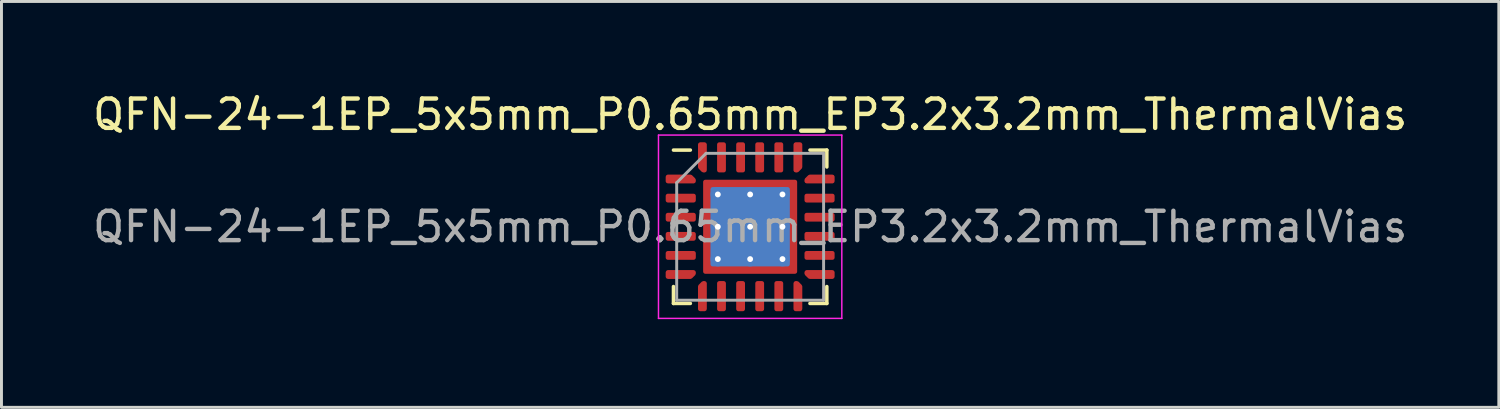
<source format=kicad_pcb>
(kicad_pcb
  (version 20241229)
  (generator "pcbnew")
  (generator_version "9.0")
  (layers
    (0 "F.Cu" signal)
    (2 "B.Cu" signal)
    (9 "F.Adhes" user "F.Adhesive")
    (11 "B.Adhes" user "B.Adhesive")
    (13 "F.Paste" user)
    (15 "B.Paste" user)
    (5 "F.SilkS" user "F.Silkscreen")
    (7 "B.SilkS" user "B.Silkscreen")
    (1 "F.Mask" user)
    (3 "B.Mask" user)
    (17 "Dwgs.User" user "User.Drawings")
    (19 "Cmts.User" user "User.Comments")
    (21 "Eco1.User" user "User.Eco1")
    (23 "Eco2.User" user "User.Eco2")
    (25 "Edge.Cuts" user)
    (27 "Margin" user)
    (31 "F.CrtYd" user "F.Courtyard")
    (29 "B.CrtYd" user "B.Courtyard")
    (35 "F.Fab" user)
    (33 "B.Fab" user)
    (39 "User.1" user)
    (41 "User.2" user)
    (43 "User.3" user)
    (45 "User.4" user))
  (footprint "QFN-24-1EP_5x5mm_P0.65mm_EP3.2x3.2mm_ThermalVias"
    (layer "F.Cu")
    (at 22.482 4.668)
    (property "Reference" "QFN-24-1EP_5x5mm_P0.65mm_EP3.2x3.2mm_ThermalVias" (at 0 -3.82 0) (layer "F.SilkS") (effects (font (size 1 1) (thickness 0.15))))
    (attr smd)
    (fp_line (start -2.61 2.61) (end -2.61 2.035) (stroke (width 0.12) (type solid)) (layer "F.SilkS"))
    (fp_line (start -2.035 -2.61) (end -2.61 -2.61) (stroke (width 0.12) (type solid)) (layer "F.SilkS"))
    (fp_line (start -2.035 2.61) (end -2.61 2.61) (stroke (width 0.12) (type solid)) (layer "F.SilkS"))
    (fp_line (start 2.035 -2.61) (end 2.61 -2.61) (stroke (width 0.12) (type solid)) (layer "F.SilkS"))
    (fp_line (start 2.035 2.61) (end 2.61 2.61) (stroke (width 0.12) (type solid)) (layer "F.SilkS"))
    (fp_line (start 2.61 -2.61) (end 2.61 -2.035) (stroke (width 0.12) (type solid)) (layer "F.SilkS"))
    (fp_line (start 2.61 2.61) (end 2.61 2.035) (stroke (width 0.12) (type solid)) (layer "F.SilkS"))
    (fp_line (start -3.12 -3.12) (end -3.12 3.12) (stroke (width 0.05) (type solid)) (layer "F.CrtYd"))
    (fp_line (start -3.12 3.12) (end 3.12 3.12) (stroke (width 0.05) (type solid)) (layer "F.CrtYd"))
    (fp_line (start 3.12 -3.12) (end -3.12 -3.12) (stroke (width 0.05) (type solid)) (layer "F.CrtYd"))
    (fp_line (start 3.12 3.12) (end 3.12 -3.12) (stroke (width 0.05) (type solid)) (layer "F.CrtYd"))
    (fp_line (start -2.5 -1.5) (end -1.5 -2.5) (stroke (width 0.1) (type solid)) (layer "F.Fab"))
    (fp_line (start -2.5 2.5) (end -2.5 -1.5) (stroke (width 0.1) (type solid)) (layer "F.Fab"))
    (fp_line (start -1.5 -2.5) (end 2.5 -2.5) (stroke (width 0.1) (type solid)) (layer "F.Fab"))
    (fp_line (start 2.5 -2.5) (end 2.5 2.5) (stroke (width 0.1) (type solid)) (layer "F.Fab"))
    (fp_line (start 2.5 2.5) (end -2.5 2.5) (stroke (width 0.1) (type solid)) (layer "F.Fab"))
    (fp_text user "${REFERENCE}" (at 0 0 0) (layer "F.Fab") (effects (font (size 1 1) (thickness 0.15))))
    (pad "" smd custom (at -1.35 -1.35) (size 0.272 0.272) (layers "F.Paste") (options (anchor circle)) (primitives (gr_poly (pts (xy -0.202 -0.202) (xy 0.202 -0.202) (xy 0.202 0.016) (xy 0.016 0.202) (xy -0.202 0.202)) (width 0) (fill yes))))
    (pad "" smd custom (at -1.35 -0.55) (size 0.313 0.313) (layers "F.Paste") (options (anchor circle)) (primitives (gr_poly (pts (xy -0.202 -0.443) (xy 0.074 -0.443) (xy 0.202 -0.316) (xy 0.202 0.316) (xy 0.074 0.443) (xy -0.202 0.443)) (width 0) (fill yes))))
    (pad "" smd custom (at -1.35 0.55) (size 0.313 0.313) (layers "F.Paste") (options (anchor circle)) (primitives (gr_poly (pts (xy -0.202 -0.443) (xy 0.074 -0.443) (xy 0.202 -0.316) (xy 0.202 0.316) (xy 0.074 0.443) (xy -0.202 0.443)) (width 0) (fill yes))))
    (pad "" smd custom (at -1.35 1.35) (size 0.272 0.272) (layers "F.Paste") (options (anchor circle)) (primitives (gr_poly (pts (xy -0.202 -0.202) (xy 0.016 -0.202) (xy 0.202 -0.016) (xy 0.202 0.202) (xy -0.202 0.202)) (width 0) (fill yes))))
    (pad "" smd custom (at -0.55 -1.35) (size 0.313 0.313) (layers "F.Paste") (options (anchor circle)) (primitives (gr_poly (pts (xy -0.443 -0.202) (xy 0.443 -0.202) (xy 0.443 0.074) (xy 0.316 0.202) (xy -0.316 0.202) (xy -0.443 0.074)) (width 0) (fill yes))))
    (pad "" smd custom (at -0.55 -0.55) (size 0.838 0.838) (layers "F.Paste") (options (anchor circle)) (primitives (gr_poly (pts (xy -0.443 -0.374) (xy -0.374 -0.443) (xy 0.374 -0.443) (xy 0.443 -0.374) (xy 0.443 0.374) (xy 0.374 0.443) (xy -0.374 0.443) (xy -0.443 0.374)) (width 0) (fill yes))))
    (pad "" smd custom (at -0.55 0.55) (size 0.838 0.838) (layers "F.Paste") (options (anchor circle)) (primitives (gr_poly (pts (xy -0.443 -0.374) (xy -0.374 -0.443) (xy 0.374 -0.443) (xy 0.443 -0.374) (xy 0.443 0.374) (xy 0.374 0.443) (xy -0.374 0.443) (xy -0.443 0.374)) (width 0) (fill yes))))
    (pad "" smd custom (at -0.55 1.35) (size 0.313 0.313) (layers "F.Paste") (options (anchor circle)) (primitives (gr_poly (pts (xy -0.443 -0.074) (xy -0.316 -0.202) (xy 0.316 -0.202) (xy 0.443 -0.074) (xy 0.443 0.202) (xy -0.443 0.202)) (width 0) (fill yes))))
    (pad "" smd custom (at 0.55 -1.35) (size 0.313 0.313) (layers "F.Paste") (options (anchor circle)) (primitives (gr_poly (pts (xy -0.443 -0.202) (xy 0.443 -0.202) (xy 0.443 0.074) (xy 0.316 0.202) (xy -0.316 0.202) (xy -0.443 0.074)) (width 0) (fill yes))))
    (pad "" smd custom (at 0.55 -0.55) (size 0.838 0.838) (layers "F.Paste") (options (anchor circle)) (primitives (gr_poly (pts (xy -0.443 -0.374) (xy -0.374 -0.443) (xy 0.374 -0.443) (xy 0.443 -0.374) (xy 0.443 0.374) (xy 0.374 0.443) (xy -0.374 0.443) (xy -0.443 0.374)) (width 0) (fill yes))))
    (pad "" smd custom (at 0.55 0.55) (size 0.838 0.838) (layers "F.Paste") (options (anchor circle)) (primitives (gr_poly (pts (xy -0.443 -0.374) (xy -0.374 -0.443) (xy 0.374 -0.443) (xy 0.443 -0.374) (xy 0.443 0.374) (xy 0.374 0.443) (xy -0.374 0.443) (xy -0.443 0.374)) (width 0) (fill yes))))
    (pad "" smd custom (at 0.55 1.35) (size 0.313 0.313) (layers "F.Paste") (options (anchor circle)) (primitives (gr_poly (pts (xy -0.443 -0.074) (xy -0.316 -0.202) (xy 0.316 -0.202) (xy 0.443 -0.074) (xy 0.443 0.202) (xy -0.443 0.202)) (width 0) (fill yes))))
    (pad "" smd custom (at 1.35 -1.35) (size 0.272 0.272) (layers "F.Paste") (options (anchor circle)) (primitives (gr_poly (pts (xy -0.202 -0.202) (xy 0.202 -0.202) (xy 0.202 0.202) (xy -0.016 0.202) (xy -0.202 0.016)) (width 0) (fill yes))))
    (pad "" smd custom (at 1.35 -0.55) (size 0.313 0.313) (layers "F.Paste") (options (anchor circle)) (primitives (gr_poly (pts (xy -0.202 -0.316) (xy -0.074 -0.443) (xy 0.202 -0.443) (xy 0.202 0.443) (xy -0.074 0.443) (xy -0.202 0.316)) (width 0) (fill yes))))
    (pad "" smd custom (at 1.35 0.55) (size 0.313 0.313) (layers "F.Paste") (options (anchor circle)) (primitives (gr_poly (pts (xy -0.202 -0.316) (xy -0.074 -0.443) (xy 0.202 -0.443) (xy 0.202 0.443) (xy -0.074 0.443) (xy -0.202 0.316)) (width 0) (fill yes))))
    (pad "" smd custom (at 1.35 1.35) (size 0.272 0.272) (layers "F.Paste") (options (anchor circle)) (primitives (gr_poly (pts (xy -0.202 -0.016) (xy -0.016 -0.202) (xy 0.202 -0.202) (xy 0.202 0.202) (xy -0.202 0.202)) (width 0) (fill yes))))
    (pad "1" smd custom (at -2.362 -1.625) (size 0.194 0.194) (layers "F.Cu" "F.Mask" "F.Paste") (options (anchor circle)) (primitives (gr_poly (pts (xy -0.438 -0.075) (xy 0.331 -0.075) (xy 0.438 0.031) (xy 0.438 0.075) (xy -0.438 0.075)) (width 0.15) (fill yes))))
    (pad "2" smd roundrect (at -2.362 -0.975) (size 1.025 0.3) (layers "F.Cu" "F.Mask" "F.Paste") (roundrect_rratio 0.25))
    (pad "3" smd roundrect (at -2.362 -0.325) (size 1.025 0.3) (layers "F.Cu" "F.Mask" "F.Paste") (roundrect_rratio 0.25))
    (pad "4" smd roundrect (at -2.362 0.325) (size 1.025 0.3) (layers "F.Cu" "F.Mask" "F.Paste") (roundrect_rratio 0.25))
    (pad "5" smd roundrect (at -2.362 0.975) (size 1.025 0.3) (layers "F.Cu" "F.Mask" "F.Paste") (roundrect_rratio 0.25))
    (pad "6" smd custom (at -2.362 1.625) (size 0.194 0.194) (layers "F.Cu" "F.Mask" "F.Paste") (options (anchor circle)) (primitives (gr_poly (pts (xy -0.438 -0.075) (xy 0.438 -0.075) (xy 0.438 -0.031) (xy 0.331 0.075) (xy -0.438 0.075)) (width 0.15) (fill yes))))
    (pad "7" smd custom (at -1.625 2.362) (size 0.194 0.194) (layers "F.Cu" "F.Mask" "F.Paste") (options (anchor circle)) (primitives (gr_poly (pts (xy -0.075 -0.331) (xy 0.031 -0.438) (xy 0.075 -0.438) (xy 0.075 0.438) (xy -0.075 0.438)) (width 0.15) (fill yes))))
    (pad "8" smd roundrect (at -0.975 2.362) (size 0.3 1.025) (layers "F.Cu" "F.Mask" "F.Paste") (roundrect_rratio 0.25))
    (pad "9" smd roundrect (at -0.325 2.362) (size 0.3 1.025) (layers "F.Cu" "F.Mask" "F.Paste") (roundrect_rratio 0.25))
    (pad "10" smd roundrect (at 0.325 2.362) (size 0.3 1.025) (layers "F.Cu" "F.Mask" "F.Paste") (roundrect_rratio 0.25))
    (pad "11" smd roundrect (at 0.975 2.362) (size 0.3 1.025) (layers "F.Cu" "F.Mask" "F.Paste") (roundrect_rratio 0.25))
    (pad "12" smd custom (at 1.625 2.362) (size 0.194 0.194) (layers "F.Cu" "F.Mask" "F.Paste") (options (anchor circle)) (primitives (gr_poly (pts (xy -0.075 -0.438) (xy -0.031 -0.438) (xy 0.075 -0.331) (xy 0.075 0.438) (xy -0.075 0.438)) (width 0.15) (fill yes))))
    (pad "13" smd custom (at 2.362 1.625) (size 0.194 0.194) (layers "F.Cu" "F.Mask" "F.Paste") (options (anchor circle)) (primitives (gr_poly (pts (xy -0.438 -0.075) (xy 0.438 -0.075) (xy 0.438 0.075) (xy -0.331 0.075) (xy -0.438 -0.031)) (width 0.15) (fill yes))))
    (pad "14" smd roundrect (at 2.362 0.975) (size 1.025 0.3) (layers "F.Cu" "F.Mask" "F.Paste") (roundrect_rratio 0.25))
    (pad "15" smd roundrect (at 2.362 0.325) (size 1.025 0.3) (layers "F.Cu" "F.Mask" "F.Paste") (roundrect_rratio 0.25))
    (pad "16" smd roundrect (at 2.362 -0.325) (size 1.025 0.3) (layers "F.Cu" "F.Mask" "F.Paste") (roundrect_rratio 0.25))
    (pad "17" smd roundrect (at 2.362 -0.975) (size 1.025 0.3) (layers "F.Cu" "F.Mask" "F.Paste") (roundrect_rratio 0.25))
    (pad "18" smd custom (at 2.362 -1.625) (size 0.194 0.194) (layers "F.Cu" "F.Mask" "F.Paste") (options (anchor circle)) (primitives (gr_poly (pts (xy -0.438 0.031) (xy -0.331 -0.075) (xy 0.438 -0.075) (xy 0.438 0.075) (xy -0.438 0.075)) (width 0.15) (fill yes))))
    (pad "19" smd custom (at 1.625 -2.362) (size 0.194 0.194) (layers "F.Cu" "F.Mask" "F.Paste") (options (anchor circle)) (primitives (gr_poly (pts (xy -0.075 -0.438) (xy 0.075 -0.438) (xy 0.075 0.331) (xy -0.031 0.438) (xy -0.075 0.438)) (width 0.15) (fill yes))))
    (pad "20" smd roundrect (at 0.975 -2.362) (size 0.3 1.025) (layers "F.Cu" "F.Mask" "F.Paste") (roundrect_rratio 0.25))
    (pad "21" smd roundrect (at 0.325 -2.362) (size 0.3 1.025) (layers "F.Cu" "F.Mask" "F.Paste") (roundrect_rratio 0.25))
    (pad "22" smd roundrect (at -0.325 -2.362) (size 0.3 1.025) (layers "F.Cu" "F.Mask" "F.Paste") (roundrect_rratio 0.25))
    (pad "23" smd roundrect (at -0.975 -2.362) (size 0.3 1.025) (layers "F.Cu" "F.Mask" "F.Paste") (roundrect_rratio 0.25))
    (pad "24" smd custom (at -1.625 -2.362) (size 0.194 0.194) (layers "F.Cu" "F.Mask" "F.Paste") (options (anchor circle)) (primitives (gr_poly (pts (xy -0.075 -0.438) (xy 0.075 -0.438) (xy 0.075 0.438) (xy 0.031 0.438) (xy -0.075 0.331)) (width 0.15) (fill yes))))
    (pad "25" thru_hole circle (at -1.1 -1.1) (size 0.5 0.5) (drill 0.2) (layers "*.Cu"))
    (pad "25" thru_hole circle (at -1.1 0) (size 0.5 0.5) (drill 0.2) (layers "*.Cu"))
    (pad "25" thru_hole circle (at -1.1 1.1) (size 0.5 0.5) (drill 0.2) (layers "*.Cu"))
    (pad "25" thru_hole circle (at 0 -1.1) (size 0.5 0.5) (drill 0.2) (layers "*.Cu"))
    (pad "25" thru_hole circle (at 0 0) (size 0.5 0.5) (drill 0.2) (layers "*.Cu"))
    (pad "25" smd roundrect (at 0 0) (size 2.7 2.7) (layers "B.Cu") (roundrect_rratio 0.028))
    (pad "25" smd roundrect (at 0 0) (size 3.2 3.2) (layers "F.Cu" "F.Mask") (roundrect_rratio 0.023))
    (pad "25" thru_hole circle (at 0 1.1) (size 0.5 0.5) (drill 0.2) (layers "*.Cu"))
    (pad "25" thru_hole circle (at 1.1 -1.1) (size 0.5 0.5) (drill 0.2) (layers "*.Cu"))
    (pad "25" thru_hole circle (at 1.1 0) (size 0.5 0.5) (drill 0.2) (layers "*.Cu"))
    (pad "25" thru_hole circle (at 1.1 1.1) (size 0.5 0.5) (drill 0.2) (layers "*.Cu")))
  (gr_rect
    (start -3 -3)
    (end 47.964 10.813)
    (stroke (width 0.1) (type default))
    (fill no)
    (layer "Edge.Cuts")))
</source>
